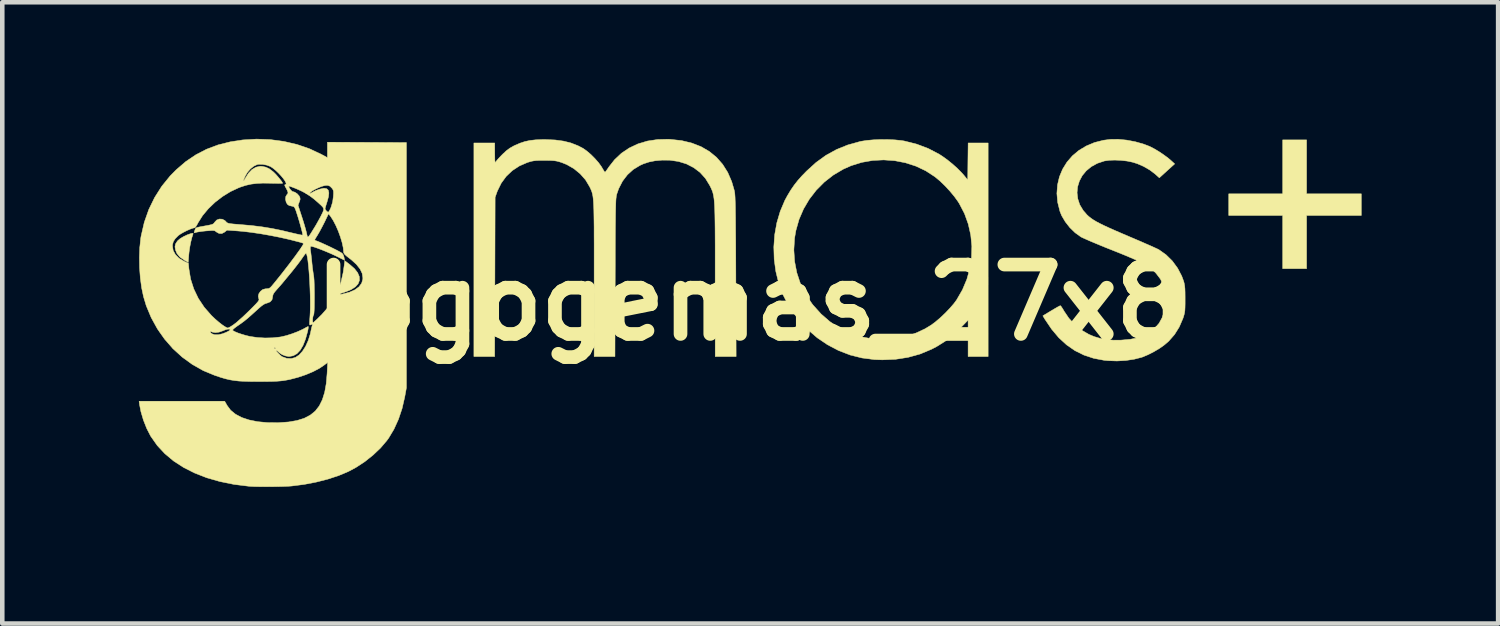
<source format=kicad_pcb>
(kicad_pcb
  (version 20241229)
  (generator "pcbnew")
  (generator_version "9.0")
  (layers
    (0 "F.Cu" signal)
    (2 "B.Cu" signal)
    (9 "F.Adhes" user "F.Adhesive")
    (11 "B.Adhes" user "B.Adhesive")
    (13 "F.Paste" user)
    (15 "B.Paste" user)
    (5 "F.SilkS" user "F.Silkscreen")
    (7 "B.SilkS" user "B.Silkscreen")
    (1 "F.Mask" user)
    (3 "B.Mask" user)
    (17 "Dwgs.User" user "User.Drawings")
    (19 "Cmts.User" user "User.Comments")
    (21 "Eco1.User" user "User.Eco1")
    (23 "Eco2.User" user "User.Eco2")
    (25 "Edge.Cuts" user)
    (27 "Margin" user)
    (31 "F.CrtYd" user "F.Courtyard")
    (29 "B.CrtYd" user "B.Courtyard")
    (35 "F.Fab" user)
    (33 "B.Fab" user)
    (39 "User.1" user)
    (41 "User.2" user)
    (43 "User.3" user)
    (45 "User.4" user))
  (footprint "logogemas_27x8"
    (layer "F.Cu")
    (at 13.42 3.595)
    (property "Reference" "logogemas_27x8" (at 0 0 0) (layer "F.SilkS") (effects (font (size 1.524 1.524) (thickness 0.3))))
    (attr through_hole)
    (fp_poly (pts (xy 12.226 -2.388) (xy 13.428 -2.388) (xy 13.428 -1.913) (xy 12.226 -1.913) (xy 12.226 -0.745) (xy 11.701 -0.745) (xy 11.701 -1.913) (xy 10.516 -1.913) (xy 10.516 -2.388) (xy 11.701 -2.388) (xy 11.701 -3.573) (xy 12.226 -3.573) (xy 12.226 -2.388)) (stroke (width 0.01) (type solid)) (fill yes) (layer "F.SilkS"))
    (fp_poly (pts (xy -12.228 -1.514) (xy -12.233 -1.497) (xy -12.257 -1.423) (xy -12.281 -1.326) (xy -12.302 -1.218) (xy -12.317 -1.112) (xy -12.324 -1.043) (xy -12.336 -0.881) (xy -12.422 -0.931) (xy -12.519 -0.999) (xy -12.584 -1.078) (xy -12.616 -1.155) (xy -12.627 -1.227) (xy -12.615 -1.287) (xy -12.576 -1.348) (xy -12.565 -1.36) (xy -12.515 -1.403) (xy -12.444 -1.446) (xy -12.363 -1.485) (xy -12.282 -1.514) (xy -12.27 -1.517) (xy -12.236 -1.523) (xy -12.228 -1.514)) (stroke (width 0.01) (type solid)) (fill yes) (layer "F.SilkS"))
    (fp_poly (pts (xy 3.031 -3.58) (xy 3.185 -3.573) (xy 3.323 -3.559) (xy 3.387 -3.549) (xy 3.661 -3.48) (xy 3.918 -3.383) (xy 4.157 -3.258) (xy 4.231 -3.21) (xy 4.335 -3.135) (xy 4.445 -3.046) (xy 4.551 -2.952) (xy 4.643 -2.859) (xy 4.699 -2.797) (xy 4.784 -2.693) (xy 4.788 -3.099) (xy 4.793 -3.505) (xy 5.232 -3.505) (xy 5.232 1.185) (xy 4.792 1.185) (xy 4.792 0.385) (xy 4.627 0.555) (xy 4.457 0.716) (xy 4.286 0.851) (xy 4.105 0.964) (xy 3.989 1.025) (xy 3.737 1.13) (xy 3.474 1.203) (xy 3.198 1.246) (xy 2.908 1.258) (xy 2.735 1.252) (xy 2.463 1.217) (xy 2.199 1.151) (xy 1.946 1.053) (xy 1.705 0.927) (xy 1.478 0.773) (xy 1.268 0.592) (xy 1.077 0.387) (xy 0.907 0.158) (xy 0.842 0.053) (xy 0.723 -0.179) (xy 0.632 -0.427) (xy 0.569 -0.685) (xy 0.533 -0.951) (xy 0.527 -1.156) (xy 0.965 -1.156) (xy 0.982 -0.902) (xy 1.03 -0.655) (xy 1.109 -0.417) (xy 1.219 -0.192) (xy 1.359 0.019) (xy 1.386 0.054) (xy 1.564 0.252) (xy 1.758 0.42) (xy 1.967 0.559) (xy 2.19 0.668) (xy 2.424 0.747) (xy 2.669 0.794) (xy 2.922 0.808) (xy 3.141 0.795) (xy 3.391 0.752) (xy 3.625 0.679) (xy 3.845 0.577) (xy 3.975 0.498) (xy 4.073 0.426) (xy 4.181 0.334) (xy 4.29 0.231) (xy 4.393 0.123) (xy 4.482 0.02) (xy 4.542 -0.062) (xy 4.668 -0.281) (xy 4.765 -0.512) (xy 4.831 -0.75) (xy 4.867 -0.994) (xy 4.874 -1.24) (xy 4.85 -1.483) (xy 4.796 -1.723) (xy 4.713 -1.954) (xy 4.599 -2.173) (xy 4.566 -2.225) (xy 4.488 -2.332) (xy 4.391 -2.449) (xy 4.283 -2.565) (xy 4.173 -2.671) (xy 4.07 -2.757) (xy 4.064 -2.762) (xy 3.863 -2.893) (xy 3.646 -2.996) (xy 3.417 -3.07) (xy 3.18 -3.116) (xy 2.938 -3.133) (xy 2.696 -3.121) (xy 2.457 -3.079) (xy 2.225 -3.007) (xy 2.053 -2.931) (xy 1.834 -2.802) (xy 1.635 -2.647) (xy 1.458 -2.469) (xy 1.305 -2.271) (xy 1.178 -2.056) (xy 1.079 -1.826) (xy 1.01 -1.583) (xy 0.981 -1.415) (xy 0.965 -1.156) (xy 0.527 -1.156) (xy 0.525 -1.22) (xy 0.544 -1.488) (xy 0.591 -1.751) (xy 0.666 -2.004) (xy 0.768 -2.245) (xy 0.825 -2.35) (xy 0.898 -2.471) (xy 0.971 -2.577) (xy 1.049 -2.677) (xy 1.14 -2.78) (xy 1.245 -2.888) (xy 1.452 -3.076) (xy 1.669 -3.233) (xy 1.899 -3.36) (xy 2.145 -3.46) (xy 2.413 -3.535) (xy 2.444 -3.542) (xy 2.566 -3.561) (xy 2.711 -3.574) (xy 2.869 -3.581) (xy 3.031 -3.58)) (stroke (width 0.01) (type solid)) (fill yes) (layer "F.SilkS"))
    (fp_poly (pts (xy 8.274 -3.568) (xy 8.464 -3.532) (xy 8.647 -3.48) (xy 8.78 -3.429) (xy 8.875 -3.38) (xy 8.983 -3.316) (xy 9.091 -3.243) (xy 9.189 -3.17) (xy 9.241 -3.126) (xy 9.329 -3.046) (xy 9.16 -2.893) (xy 8.992 -2.74) (xy 8.896 -2.826) (xy 8.783 -2.911) (xy 8.649 -2.989) (xy 8.506 -3.051) (xy 8.404 -3.083) (xy 8.283 -3.108) (xy 8.15 -3.123) (xy 8.016 -3.129) (xy 7.891 -3.125) (xy 7.788 -3.11) (xy 7.783 -3.109) (xy 7.63 -3.058) (xy 7.497 -2.985) (xy 7.387 -2.894) (xy 7.299 -2.788) (xy 7.236 -2.669) (xy 7.197 -2.543) (xy 7.185 -2.412) (xy 7.201 -2.279) (xy 7.244 -2.149) (xy 7.318 -2.025) (xy 7.403 -1.927) (xy 7.444 -1.889) (xy 7.49 -1.853) (xy 7.542 -1.817) (xy 7.605 -1.779) (xy 7.681 -1.739) (xy 7.774 -1.693) (xy 7.887 -1.641) (xy 8.022 -1.581) (xy 8.184 -1.511) (xy 8.317 -1.454) (xy 8.453 -1.396) (xy 8.583 -1.341) (xy 8.701 -1.289) (xy 8.804 -1.244) (xy 8.888 -1.206) (xy 8.949 -1.178) (xy 8.983 -1.161) (xy 8.984 -1.16) (xy 9.139 -1.05) (xy 9.277 -0.914) (xy 9.393 -0.756) (xy 9.484 -0.582) (xy 9.527 -0.466) (xy 9.539 -0.419) (xy 9.548 -0.369) (xy 9.554 -0.307) (xy 9.557 -0.227) (xy 9.558 -0.123) (xy 9.558 -0.076) (xy 9.558 0.031) (xy 9.556 0.112) (xy 9.553 0.173) (xy 9.546 0.223) (xy 9.536 0.267) (xy 9.522 0.314) (xy 9.511 0.347) (xy 9.429 0.537) (xy 9.326 0.702) (xy 9.198 0.848) (xy 9.104 0.929) (xy 8.998 1.005) (xy 8.873 1.079) (xy 8.744 1.145) (xy 8.622 1.196) (xy 8.605 1.202) (xy 8.441 1.244) (xy 8.256 1.272) (xy 8.061 1.283) (xy 7.867 1.276) (xy 7.781 1.268) (xy 7.549 1.224) (xy 7.335 1.153) (xy 7.137 1.055) (xy 6.954 0.928) (xy 6.784 0.772) (xy 6.626 0.584) (xy 6.478 0.365) (xy 6.471 0.353) (xy 6.434 0.291) (xy 6.619 0.179) (xy 6.69 0.137) (xy 6.75 0.102) (xy 6.795 0.078) (xy 6.817 0.068) (xy 6.818 0.068) (xy 6.833 0.082) (xy 6.858 0.119) (xy 6.89 0.171) (xy 6.9 0.189) (xy 7.005 0.344) (xy 7.133 0.483) (xy 7.28 0.603) (xy 7.44 0.697) (xy 7.559 0.747) (xy 7.7 0.789) (xy 7.838 0.815) (xy 7.984 0.826) (xy 8.15 0.825) (xy 8.162 0.824) (xy 8.352 0.807) (xy 8.516 0.774) (xy 8.657 0.724) (xy 8.781 0.655) (xy 8.888 0.568) (xy 8.985 0.456) (xy 9.056 0.327) (xy 9.102 0.178) (xy 9.124 0.008) (xy 9.127 -0.079) (xy 9.115 -0.243) (xy 9.079 -0.388) (xy 9.014 -0.519) (xy 8.921 -0.641) (xy 8.88 -0.683) (xy 8.834 -0.726) (xy 8.784 -0.767) (xy 8.727 -0.806) (xy 8.66 -0.845) (xy 8.581 -0.887) (xy 8.484 -0.933) (xy 8.367 -0.984) (xy 8.228 -1.043) (xy 8.061 -1.11) (xy 7.959 -1.151) (xy 7.82 -1.206) (xy 7.688 -1.26) (xy 7.566 -1.311) (xy 7.459 -1.356) (xy 7.371 -1.395) (xy 7.306 -1.424) (xy 7.268 -1.443) (xy 7.267 -1.444) (xy 7.142 -1.534) (xy 7.026 -1.647) (xy 6.926 -1.775) (xy 6.847 -1.909) (xy 6.809 -2.003) (xy 6.759 -2.202) (xy 6.742 -2.397) (xy 6.756 -2.585) (xy 6.798 -2.763) (xy 6.868 -2.931) (xy 6.963 -3.084) (xy 7.082 -3.222) (xy 7.224 -3.341) (xy 7.387 -3.439) (xy 7.568 -3.515) (xy 7.767 -3.565) (xy 7.916 -3.584) (xy 8.088 -3.586) (xy 8.274 -3.568)) (stroke (width 0.01) (type solid)) (fill yes) (layer "F.SilkS"))
    (fp_poly (pts (xy -1.746 -3.584) (xy -1.5 -3.557) (xy -1.276 -3.503) (xy -1.073 -3.424) (xy -0.892 -3.319) (xy -0.734 -3.19) (xy -0.599 -3.036) (xy -0.487 -2.858) (xy -0.4 -2.657) (xy -0.346 -2.472) (xy -0.341 -2.45) (xy -0.336 -2.424) (xy -0.332 -2.394) (xy -0.329 -2.356) (xy -0.326 -2.309) (xy -0.324 -2.251) (xy -0.321 -2.18) (xy -0.319 -2.093) (xy -0.318 -1.989) (xy -0.316 -1.866) (xy -0.315 -1.722) (xy -0.314 -1.554) (xy -0.312 -1.36) (xy -0.311 -1.139) (xy -0.31 -0.888) (xy -0.309 -0.606) (xy -0.309 -0.58) (xy -0.303 1.185) (xy -0.762 1.185) (xy -0.763 -0.487) (xy -0.763 -0.776) (xy -0.763 -1.034) (xy -0.763 -1.262) (xy -0.764 -1.462) (xy -0.765 -1.637) (xy -0.767 -1.788) (xy -0.769 -1.919) (xy -0.772 -2.03) (xy -0.776 -2.124) (xy -0.781 -2.204) (xy -0.787 -2.27) (xy -0.795 -2.326) (xy -0.804 -2.373) (xy -0.814 -2.414) (xy -0.826 -2.45) (xy -0.84 -2.484) (xy -0.855 -2.518) (xy -0.873 -2.554) (xy -0.882 -2.572) (xy -0.976 -2.726) (xy -1.094 -2.857) (xy -1.234 -2.963) (xy -1.393 -3.045) (xy -1.569 -3.099) (xy -1.761 -3.127) (xy -1.93 -3.128) (xy -2.083 -3.114) (xy -2.214 -3.088) (xy -2.336 -3.048) (xy -2.412 -3.014) (xy -2.561 -2.924) (xy -2.69 -2.807) (xy -2.798 -2.666) (xy -2.882 -2.502) (xy -2.925 -2.379) (xy -2.929 -2.361) (xy -2.934 -2.339) (xy -2.937 -2.311) (xy -2.941 -2.277) (xy -2.944 -2.233) (xy -2.946 -2.177) (xy -2.948 -2.108) (xy -2.95 -2.023) (xy -2.952 -1.921) (xy -2.953 -1.799) (xy -2.955 -1.655) (xy -2.956 -1.487) (xy -2.957 -1.294) (xy -2.958 -1.073) (xy -2.958 -0.822) (xy -2.959 -0.546) (xy -2.964 1.185) (xy -3.421 1.185) (xy -3.421 -0.521) (xy -3.421 -0.808) (xy -3.421 -1.063) (xy -3.421 -1.288) (xy -3.422 -1.486) (xy -3.422 -1.658) (xy -3.424 -1.807) (xy -3.426 -1.935) (xy -3.428 -2.043) (xy -3.432 -2.134) (xy -3.436 -2.21) (xy -3.441 -2.274) (xy -3.447 -2.326) (xy -3.455 -2.37) (xy -3.464 -2.407) (xy -3.474 -2.44) (xy -3.486 -2.47) (xy -3.499 -2.5) (xy -3.514 -2.531) (xy -3.522 -2.547) (xy -3.611 -2.696) (xy -3.728 -2.828) (xy -3.867 -2.942) (xy -4.023 -3.031) (xy -4.135 -3.076) (xy -4.196 -3.095) (xy -4.249 -3.108) (xy -4.303 -3.116) (xy -4.368 -3.12) (xy -4.452 -3.122) (xy -4.513 -3.122) (xy -4.612 -3.122) (xy -4.687 -3.119) (xy -4.746 -3.113) (xy -4.799 -3.103) (xy -4.854 -3.087) (xy -4.887 -3.077) (xy -5.062 -3.001) (xy -5.218 -2.899) (xy -5.352 -2.772) (xy -5.462 -2.622) (xy -5.546 -2.451) (xy -5.557 -2.421) (xy -5.596 -2.311) (xy -5.606 1.185) (xy -6.062 1.185) (xy -6.062 -3.505) (xy -5.605 -3.505) (xy -5.604 -3.281) (xy -5.603 -3.191) (xy -5.602 -3.13) (xy -5.599 -3.095) (xy -5.595 -3.081) (xy -5.587 -3.083) (xy -5.576 -3.098) (xy -5.576 -3.099) (xy -5.552 -3.129) (xy -5.511 -3.175) (xy -5.459 -3.23) (xy -5.427 -3.262) (xy -5.347 -3.336) (xy -5.27 -3.393) (xy -5.183 -3.442) (xy -5.164 -3.451) (xy -5.051 -3.5) (xy -4.943 -3.536) (xy -4.831 -3.56) (xy -4.707 -3.574) (xy -4.562 -3.58) (xy -4.487 -3.58) (xy -4.278 -3.571) (xy -4.094 -3.546) (xy -3.928 -3.504) (xy -3.775 -3.444) (xy -3.662 -3.385) (xy -3.582 -3.328) (xy -3.493 -3.252) (xy -3.405 -3.164) (xy -3.325 -3.073) (xy -3.264 -2.989) (xy -3.251 -2.967) (xy -3.221 -2.916) (xy -3.197 -2.878) (xy -3.183 -2.862) (xy -3.183 -2.862) (xy -3.17 -2.875) (xy -3.144 -2.91) (xy -3.11 -2.959) (xy -3.102 -2.972) (xy -2.972 -3.138) (xy -2.821 -3.28) (xy -2.65 -3.395) (xy -2.459 -3.485) (xy -2.252 -3.547) (xy -2.028 -3.581) (xy -1.79 -3.587) (xy -1.746 -3.584)) (stroke (width 0.01) (type solid)) (fill yes) (layer "F.SilkS"))
    (fp_poly (pts (xy -10.533 -3.579) (xy -10.235 -3.539) (xy -9.947 -3.472) (xy -9.673 -3.378) (xy -9.419 -3.259) (xy -9.279 -3.183) (xy -9.279 -3.522) (xy -8.412 -3.518) (xy -7.544 -3.514) (xy -7.544 1.871) (xy -7.581 2.074) (xy -7.639 2.326) (xy -7.719 2.564) (xy -7.818 2.782) (xy -7.934 2.976) (xy -7.974 3.031) (xy -8.112 3.193) (xy -8.276 3.349) (xy -8.458 3.494) (xy -8.652 3.621) (xy -8.82 3.711) (xy -9.032 3.8) (xy -9.269 3.878) (xy -9.524 3.943) (xy -9.789 3.994) (xy -10.056 4.028) (xy -10.075 4.03) (xy -10.152 4.035) (xy -10.253 4.039) (xy -10.371 4.042) (xy -10.498 4.043) (xy -10.627 4.044) (xy -10.75 4.043) (xy -10.861 4.042) (xy -10.95 4.038) (xy -10.998 4.035) (xy -11.329 3.994) (xy -11.639 3.931) (xy -11.929 3.848) (xy -12.196 3.744) (xy -12.439 3.621) (xy -12.658 3.479) (xy -12.85 3.318) (xy -13.016 3.14) (xy -13.153 2.945) (xy -13.163 2.93) (xy -13.248 2.764) (xy -13.32 2.582) (xy -13.375 2.396) (xy -13.404 2.248) (xy -13.415 2.167) (xy -11.535 2.167) (xy -11.483 2.259) (xy -11.405 2.364) (xy -11.298 2.452) (xy -11.162 2.524) (xy -11 2.578) (xy -10.812 2.616) (xy -10.599 2.636) (xy -10.362 2.638) (xy -10.338 2.637) (xy -10.128 2.622) (xy -9.945 2.59) (xy -9.788 2.541) (xy -9.656 2.472) (xy -9.546 2.383) (xy -9.458 2.27) (xy -9.39 2.133) (xy -9.339 1.97) (xy -9.305 1.78) (xy -9.286 1.559) (xy -9.285 1.542) (xy -9.274 1.314) (xy -9.342 1.367) (xy -9.455 1.444) (xy -9.596 1.518) (xy -9.756 1.585) (xy -9.929 1.643) (xy -10.106 1.689) (xy -10.185 1.704) (xy -10.249 1.715) (xy -10.316 1.722) (xy -10.393 1.728) (xy -10.484 1.732) (xy -10.596 1.734) (xy -10.733 1.735) (xy -10.795 1.735) (xy -10.962 1.734) (xy -11.101 1.73) (xy -11.22 1.724) (xy -11.325 1.712) (xy -11.423 1.696) (xy -11.52 1.673) (xy -11.623 1.643) (xy -11.738 1.604) (xy -11.754 1.599) (xy -12.007 1.494) (xy -12.246 1.359) (xy -12.468 1.198) (xy -12.672 1.012) (xy -12.684 0.998) (xy -10.448 0.998) (xy -10.436 1.015) (xy -10.431 1.016) (xy -10.414 1.01) (xy -10.414 1.009) (xy -10.426 0.994) (xy -10.431 0.991) (xy -10.447 0.992) (xy -10.448 0.998) (xy -12.684 0.998) (xy -12.854 0.804) (xy -12.966 0.645) (xy -11.853 0.645) (xy -11.838 0.667) (xy -11.816 0.685) (xy -11.756 0.707) (xy -11.677 0.707) (xy -11.583 0.685) (xy -11.561 0.677) (xy -11.504 0.654) (xy -11.457 0.631) (xy -11.437 0.619) (xy -11.419 0.604) (xy -11.362 0.604) (xy -11.347 0.621) (xy -11.304 0.643) (xy -11.241 0.669) (xy -11.163 0.695) (xy -11.076 0.721) (xy -10.986 0.743) (xy -10.969 0.746) (xy -10.817 0.768) (xy -10.649 0.778) (xy -10.479 0.774) (xy -10.323 0.757) (xy -10.293 0.752) (xy -10.179 0.725) (xy -10.054 0.685) (xy -9.931 0.638) (xy -9.824 0.589) (xy -9.787 0.569) (xy -9.742 0.544) (xy -9.71 0.528) (xy -9.7 0.525) (xy -9.698 0.54) (xy -9.703 0.579) (xy -9.713 0.631) (xy -9.76 0.802) (xy -9.814 0.94) (xy -9.877 1.047) (xy -9.949 1.123) (xy -10.03 1.168) (xy -10.121 1.185) (xy -10.126 1.185) (xy -10.196 1.173) (xy -10.27 1.145) (xy -10.333 1.105) (xy -10.353 1.086) (xy -10.382 1.06) (xy -10.403 1.05) (xy -10.403 1.06) (xy -10.385 1.085) (xy -10.355 1.118) (xy -10.319 1.152) (xy -10.286 1.18) (xy -10.27 1.19) (xy -10.173 1.225) (xy -10.073 1.23) (xy -9.982 1.205) (xy -9.901 1.151) (xy -9.826 1.068) (xy -9.758 0.962) (xy -9.701 0.835) (xy -9.657 0.695) (xy -9.646 0.645) (xy -9.632 0.578) (xy -9.619 0.525) (xy -9.61 0.493) (xy -9.608 0.489) (xy -9.607 0.475) (xy -9.631 0.481) (xy -9.649 0.49) (xy -9.662 0.494) (xy -9.669 0.487) (xy -9.672 0.464) (xy -9.671 0.42) (xy -9.666 0.348) (xy -9.664 0.324) (xy -9.658 0.222) (xy -9.655 0.104) (xy -9.655 -0.026) (xy -9.657 -0.163) (xy -9.662 -0.304) (xy -9.668 -0.445) (xy -9.676 -0.582) (xy -9.686 -0.71) (xy -9.697 -0.825) (xy -9.708 -0.924) (xy -9.721 -1.003) (xy -9.734 -1.057) (xy -9.747 -1.082) (xy -9.751 -1.084) (xy -9.765 -1.07) (xy -9.792 -1.035) (xy -9.827 -0.986) (xy -9.836 -0.972) (xy -9.875 -0.917) (xy -9.929 -0.845) (xy -9.992 -0.764) (xy -10.057 -0.682) (xy -10.073 -0.663) (xy -10.133 -0.59) (xy -10.188 -0.524) (xy -10.233 -0.469) (xy -10.263 -0.433) (xy -10.27 -0.424) (xy -10.298 -0.392) (xy -10.34 -0.344) (xy -10.388 -0.29) (xy -10.393 -0.285) (xy -10.441 -0.228) (xy -10.469 -0.185) (xy -10.48 -0.148) (xy -10.482 -0.129) (xy -10.496 -0.062) (xy -10.538 -0.015) (xy -10.605 0.012) (xy -10.61 0.013) (xy -10.645 0.023) (xy -10.682 0.043) (xy -10.728 0.076) (xy -10.788 0.127) (xy -10.847 0.181) (xy -10.948 0.272) (xy -11.032 0.346) (xy -11.108 0.408) (xy -11.184 0.464) (xy -11.264 0.519) (xy -11.313 0.555) (xy -11.348 0.585) (xy -11.362 0.604) (xy -11.362 0.604) (xy -11.419 0.604) (xy -11.415 0.6) (xy -11.42 0.59) (xy -11.435 0.583) (xy -11.469 0.584) (xy -11.524 0.599) (xy -11.564 0.616) (xy -11.658 0.649) (xy -11.742 0.66) (xy -11.809 0.648) (xy -11.821 0.643) (xy -11.847 0.634) (xy -11.853 0.645) (xy -12.966 0.645) (xy -13.014 0.576) (xy -13.149 0.331) (xy -13.258 0.07) (xy -13.318 -0.13) (xy -13.359 -0.323) (xy -13.388 -0.538) (xy -13.405 -0.764) (xy -13.409 -0.992) (xy -13.401 -1.212) (xy -13.397 -1.241) (xy -12.683 -1.241) (xy -12.666 -1.142) (xy -12.617 -1.053) (xy -12.539 -0.974) (xy -12.431 -0.909) (xy -12.419 -0.903) (xy -12.332 -0.863) (xy -12.321 -0.741) (xy -12.284 -0.517) (xy -12.214 -0.299) (xy -12.114 -0.091) (xy -11.984 0.104) (xy -11.826 0.284) (xy -11.821 0.289) (xy -11.743 0.363) (xy -11.664 0.431) (xy -11.591 0.488) (xy -11.529 0.53) (xy -11.483 0.554) (xy -11.466 0.558) (xy -11.442 0.549) (xy -11.399 0.525) (xy -11.345 0.49) (xy -11.331 0.479) (xy -11.281 0.441) (xy -11.215 0.383) (xy -11.137 0.314) (xy -11.056 0.237) (xy -10.993 0.176) (xy -10.914 0.097) (xy -10.856 0.038) (xy -10.817 -0.005) (xy -10.793 -0.035) (xy -10.783 -0.057) (xy -10.782 -0.073) (xy -10.786 -0.084) (xy -10.798 -0.139) (xy -10.784 -0.196) (xy -10.749 -0.247) (xy -10.7 -0.286) (xy -10.642 -0.302) (xy -10.624 -0.302) (xy -10.564 -0.31) (xy -10.535 -0.328) (xy -10.508 -0.356) (xy -10.465 -0.407) (xy -10.408 -0.477) (xy -10.341 -0.56) (xy -10.268 -0.652) (xy -10.192 -0.75) (xy -10.116 -0.848) (xy -10.045 -0.943) (xy -9.98 -1.029) (xy -9.941 -1.084) (xy -9.883 -1.164) (xy -9.856 -1.204) (xy -9.656 -1.204) (xy -9.651 -1.147) (xy -9.644 -1.101) (xy -9.636 -1.032) (xy -9.626 -0.948) (xy -9.619 -0.872) (xy -9.61 -0.784) (xy -9.599 -0.701) (xy -9.589 -0.632) (xy -9.582 -0.593) (xy -9.577 -0.553) (xy -9.572 -0.489) (xy -9.569 -0.406) (xy -9.567 -0.31) (xy -9.565 -0.206) (xy -9.565 -0.101) (xy -9.566 0.002) (xy -9.567 0.095) (xy -9.57 0.174) (xy -9.574 0.232) (xy -9.579 0.265) (xy -9.581 0.269) (xy -9.592 0.29) (xy -9.6 0.329) (xy -9.604 0.375) (xy -9.604 0.415) (xy -9.597 0.438) (xy -9.594 0.44) (xy -9.577 0.429) (xy -9.541 0.397) (xy -9.491 0.35) (xy -9.432 0.291) (xy -9.407 0.267) (xy -9.263 0.103) (xy -9.145 -0.066) (xy -9.053 -0.245) (xy -8.983 -0.44) (xy -8.934 -0.656) (xy -8.911 -0.811) (xy -8.898 -0.919) (xy -8.789 -0.836) (xy -8.686 -0.746) (xy -8.616 -0.657) (xy -8.579 -0.571) (xy -8.575 -0.49) (xy -8.604 -0.414) (xy -8.665 -0.345) (xy -8.759 -0.285) (xy -8.865 -0.241) (xy -8.927 -0.22) (xy -8.984 -0.203) (xy -9.015 -0.195) (xy -9.046 -0.185) (xy -9.054 -0.176) (xy -9.054 -0.175) (xy -9.034 -0.174) (xy -8.991 -0.179) (xy -8.946 -0.187) (xy -8.795 -0.227) (xy -8.675 -0.28) (xy -8.586 -0.346) (xy -8.528 -0.423) (xy -8.502 -0.512) (xy -8.501 -0.544) (xy -8.516 -0.641) (xy -8.563 -0.738) (xy -8.642 -0.838) (xy -8.754 -0.94) (xy -8.797 -0.973) (xy -8.858 -1.021) (xy -8.897 -1.056) (xy -8.917 -1.084) (xy -8.924 -1.11) (xy -8.924 -1.117) (xy -8.933 -1.208) (xy -8.957 -1.319) (xy -8.994 -1.442) (xy -9.04 -1.568) (xy -9.093 -1.69) (xy -9.15 -1.8) (xy -9.206 -1.888) (xy -9.219 -1.905) (xy -9.255 -1.951) (xy -9.289 -1.879) (xy -9.341 -1.77) (xy -9.397 -1.661) (xy -9.451 -1.56) (xy -9.5 -1.476) (xy -9.526 -1.435) (xy -9.55 -1.395) (xy -9.557 -1.375) (xy -9.547 -1.364) (xy -9.538 -1.361) (xy -9.483 -1.341) (xy -9.408 -1.309) (xy -9.322 -1.27) (xy -9.231 -1.228) (xy -9.142 -1.184) (xy -9.062 -1.144) (xy -8.999 -1.109) (xy -8.958 -1.084) (xy -8.955 -1.081) (xy -8.933 -1.05) (xy -8.916 -1.003) (xy -8.914 -0.994) (xy -8.903 -0.929) (xy -9.028 -0.992) (xy -9.113 -1.034) (xy -9.207 -1.077) (xy -9.303 -1.118) (xy -9.397 -1.156) (xy -9.483 -1.189) (xy -9.556 -1.215) (xy -9.611 -1.231) (xy -9.641 -1.236) (xy -9.645 -1.235) (xy -9.656 -1.204) (xy -9.856 -1.204) (xy -9.844 -1.222) (xy -9.82 -1.26) (xy -9.809 -1.284) (xy -9.81 -1.298) (xy -9.819 -1.306) (xy -9.826 -1.309) (xy -9.855 -1.318) (xy -9.91 -1.333) (xy -9.985 -1.352) (xy -10.074 -1.375) (xy -10.135 -1.39) (xy -10.33 -1.434) (xy -10.539 -1.475) (xy -10.75 -1.512) (xy -10.955 -1.542) (xy -11.143 -1.564) (xy -11.251 -1.573) (xy -11.487 -1.59) (xy -11.538 -1.547) (xy -11.597 -1.516) (xy -11.659 -1.518) (xy -11.72 -1.552) (xy -11.726 -1.557) (xy -11.743 -1.571) (xy -11.765 -1.58) (xy -11.798 -1.583) (xy -11.848 -1.581) (xy -11.923 -1.575) (xy -11.941 -1.574) (xy -12.02 -1.566) (xy -12.091 -1.556) (xy -12.144 -1.547) (xy -12.165 -1.541) (xy -12.196 -1.531) (xy -12.206 -1.534) (xy -12.201 -1.559) (xy -12.191 -1.588) (xy -12.182 -1.613) (xy -12.171 -1.631) (xy -12.153 -1.644) (xy -12.121 -1.654) (xy -12.07 -1.665) (xy -11.993 -1.679) (xy -11.959 -1.685) (xy -11.879 -1.7) (xy -11.826 -1.712) (xy -11.793 -1.725) (xy -11.772 -1.741) (xy -11.756 -1.763) (xy -11.756 -1.764) (xy -11.71 -1.813) (xy -11.651 -1.835) (xy -11.588 -1.831) (xy -11.529 -1.8) (xy -11.504 -1.774) (xy -11.49 -1.759) (xy -11.472 -1.748) (xy -11.445 -1.739) (xy -11.403 -1.732) (xy -11.34 -1.725) (xy -11.252 -1.718) (xy -11.193 -1.713) (xy -10.94 -1.691) (xy -10.71 -1.662) (xy -10.49 -1.626) (xy -10.271 -1.581) (xy -10.144 -1.55) (xy -10.046 -1.527) (xy -9.96 -1.507) (xy -9.891 -1.492) (xy -9.844 -1.483) (xy -9.824 -1.481) (xy -9.824 -1.482) (xy -9.824 -1.502) (xy -9.833 -1.548) (xy -9.85 -1.616) (xy -9.873 -1.7) (xy -9.9 -1.795) (xy -9.93 -1.894) (xy -9.946 -1.943) (xy -9.97 -2.017) (xy -9.989 -2.065) (xy -10.005 -2.094) (xy -10.022 -2.108) (xy -10.046 -2.115) (xy -10.059 -2.117) (xy -10.118 -2.131) (xy -10.154 -2.154) (xy -10.18 -2.194) (xy -10.186 -2.208) (xy -10.199 -2.269) (xy -10.194 -2.327) (xy -10.169 -2.37) (xy -10.167 -2.372) (xy -10.148 -2.394) (xy -10.146 -2.423) (xy -10.162 -2.465) (xy -10.187 -2.512) (xy -10.204 -2.546) (xy -10.129 -2.546) (xy -10.117 -2.519) (xy -10.095 -2.486) (xy -10.07 -2.457) (xy -10.049 -2.44) (xy -10.045 -2.439) (xy -9.995 -2.424) (xy -9.943 -2.39) (xy -9.902 -2.345) (xy -9.896 -2.334) (xy -9.881 -2.299) (xy -9.878 -2.268) (xy -9.89 -2.227) (xy -9.897 -2.209) (xy -9.924 -2.137) (xy -9.842 -1.885) (xy -9.811 -1.789) (xy -9.782 -1.693) (xy -9.758 -1.609) (xy -9.741 -1.544) (xy -9.737 -1.526) (xy -9.727 -1.481) (xy -9.719 -1.451) (xy -9.709 -1.44) (xy -9.693 -1.449) (xy -9.669 -1.48) (xy -9.633 -1.535) (xy -9.583 -1.617) (xy -9.576 -1.627) (xy -9.526 -1.71) (xy -9.474 -1.803) (xy -9.427 -1.889) (xy -9.416 -1.912) (xy -9.383 -1.978) (xy -9.365 -2.025) (xy -9.363 -2.062) (xy -9.38 -2.096) (xy -9.418 -2.136) (xy -9.478 -2.19) (xy -9.483 -2.195) (xy -9.572 -2.272) (xy -9.652 -2.333) (xy -9.736 -2.387) (xy -9.753 -2.397) (xy -9.669 -2.397) (xy -9.656 -2.397) (xy -9.625 -2.412) (xy -9.612 -2.42) (xy -9.532 -2.461) (xy -9.444 -2.492) (xy -9.365 -2.509) (xy -9.349 -2.51) (xy -9.294 -2.5) (xy -9.26 -2.467) (xy -9.247 -2.408) (xy -9.256 -2.325) (xy -9.286 -2.215) (xy -9.288 -2.208) (xy -9.308 -2.146) (xy -9.323 -2.095) (xy -9.33 -2.065) (xy -9.33 -2.063) (xy -9.32 -2.035) (xy -9.295 -2.006) (xy -9.269 -1.987) (xy -9.258 -1.986) (xy -9.244 -2.003) (xy -9.222 -2.043) (xy -9.2 -2.092) (xy -9.164 -2.212) (xy -9.149 -2.329) (xy -9.145 -2.397) (xy -9.146 -2.442) (xy -9.154 -2.473) (xy -9.17 -2.5) (xy -9.186 -2.519) (xy -9.224 -2.556) (xy -9.264 -2.572) (xy -9.303 -2.574) (xy -9.351 -2.567) (xy -9.414 -2.548) (xy -9.482 -2.52) (xy -9.549 -2.488) (xy -9.608 -2.455) (xy -9.65 -2.424) (xy -9.669 -2.4) (xy -9.669 -2.397) (xy -9.753 -2.397) (xy -9.789 -2.418) (xy -9.844 -2.447) (xy -9.91 -2.477) (xy -9.981 -2.508) (xy -10.046 -2.533) (xy -10.097 -2.551) (xy -10.126 -2.557) (xy -10.129 -2.546) (xy -10.204 -2.546) (xy -10.211 -2.558) (xy -10.218 -2.582) (xy -10.21 -2.59) (xy -10.203 -2.591) (xy -10.185 -2.601) (xy -10.19 -2.63) (xy -10.212 -2.673) (xy -10.249 -2.726) (xy -10.297 -2.784) (xy -10.352 -2.843) (xy -10.411 -2.899) (xy -10.47 -2.948) (xy -10.525 -2.985) (xy -10.535 -2.99) (xy -10.614 -3.019) (xy -10.703 -3.036) (xy -10.787 -3.037) (xy -10.824 -3.03) (xy -10.896 -2.996) (xy -10.969 -2.938) (xy -11.035 -2.862) (xy -11.081 -2.784) (xy -11.107 -2.726) (xy -11.121 -2.687) (xy -11.123 -2.67) (xy -11.113 -2.678) (xy -11.091 -2.714) (xy -11.08 -2.735) (xy -11.013 -2.842) (xy -10.935 -2.922) (xy -10.849 -2.973) (xy -10.758 -2.993) (xy -10.717 -2.992) (xy -10.633 -2.974) (xy -10.557 -2.939) (xy -10.479 -2.88) (xy -10.454 -2.858) (xy -10.414 -2.818) (xy -10.37 -2.768) (xy -10.327 -2.716) (xy -10.29 -2.669) (xy -10.267 -2.634) (xy -10.262 -2.621) (xy -10.278 -2.618) (xy -10.322 -2.617) (xy -10.389 -2.618) (xy -10.472 -2.619) (xy -10.537 -2.621) (xy -10.698 -2.623) (xy -10.834 -2.616) (xy -10.955 -2.601) (xy -11.07 -2.575) (xy -11.187 -2.537) (xy -11.227 -2.522) (xy -11.407 -2.438) (xy -11.582 -2.33) (xy -11.747 -2.203) (xy -11.895 -2.061) (xy -12.021 -1.91) (xy -12.12 -1.753) (xy -12.131 -1.731) (xy -12.158 -1.684) (xy -12.181 -1.651) (xy -12.193 -1.643) (xy -12.234 -1.634) (xy -12.295 -1.612) (xy -12.366 -1.581) (xy -12.439 -1.544) (xy -12.504 -1.507) (xy -12.551 -1.474) (xy -12.555 -1.471) (xy -12.623 -1.402) (xy -12.664 -1.337) (xy -12.681 -1.27) (xy -12.683 -1.241) (xy -13.397 -1.241) (xy -13.379 -1.414) (xy -13.37 -1.465) (xy -13.301 -1.763) (xy -13.202 -2.044) (xy -13.074 -2.307) (xy -12.918 -2.553) (xy -12.734 -2.78) (xy -12.601 -2.915) (xy -12.392 -3.095) (xy -12.17 -3.245) (xy -11.935 -3.367) (xy -11.683 -3.462) (xy -11.412 -3.53) (xy -11.139 -3.572) (xy -10.835 -3.59) (xy -10.533 -3.579)) (stroke (width 0.01) (type solid)) (fill yes) (layer "F.SilkS")))
  (gr_rect
    (start -3 -3)
    (end 29.853 10.644)
    (stroke (width 0.1) (type default))
    (fill no)
    (layer "Edge.Cuts")))
</source>
